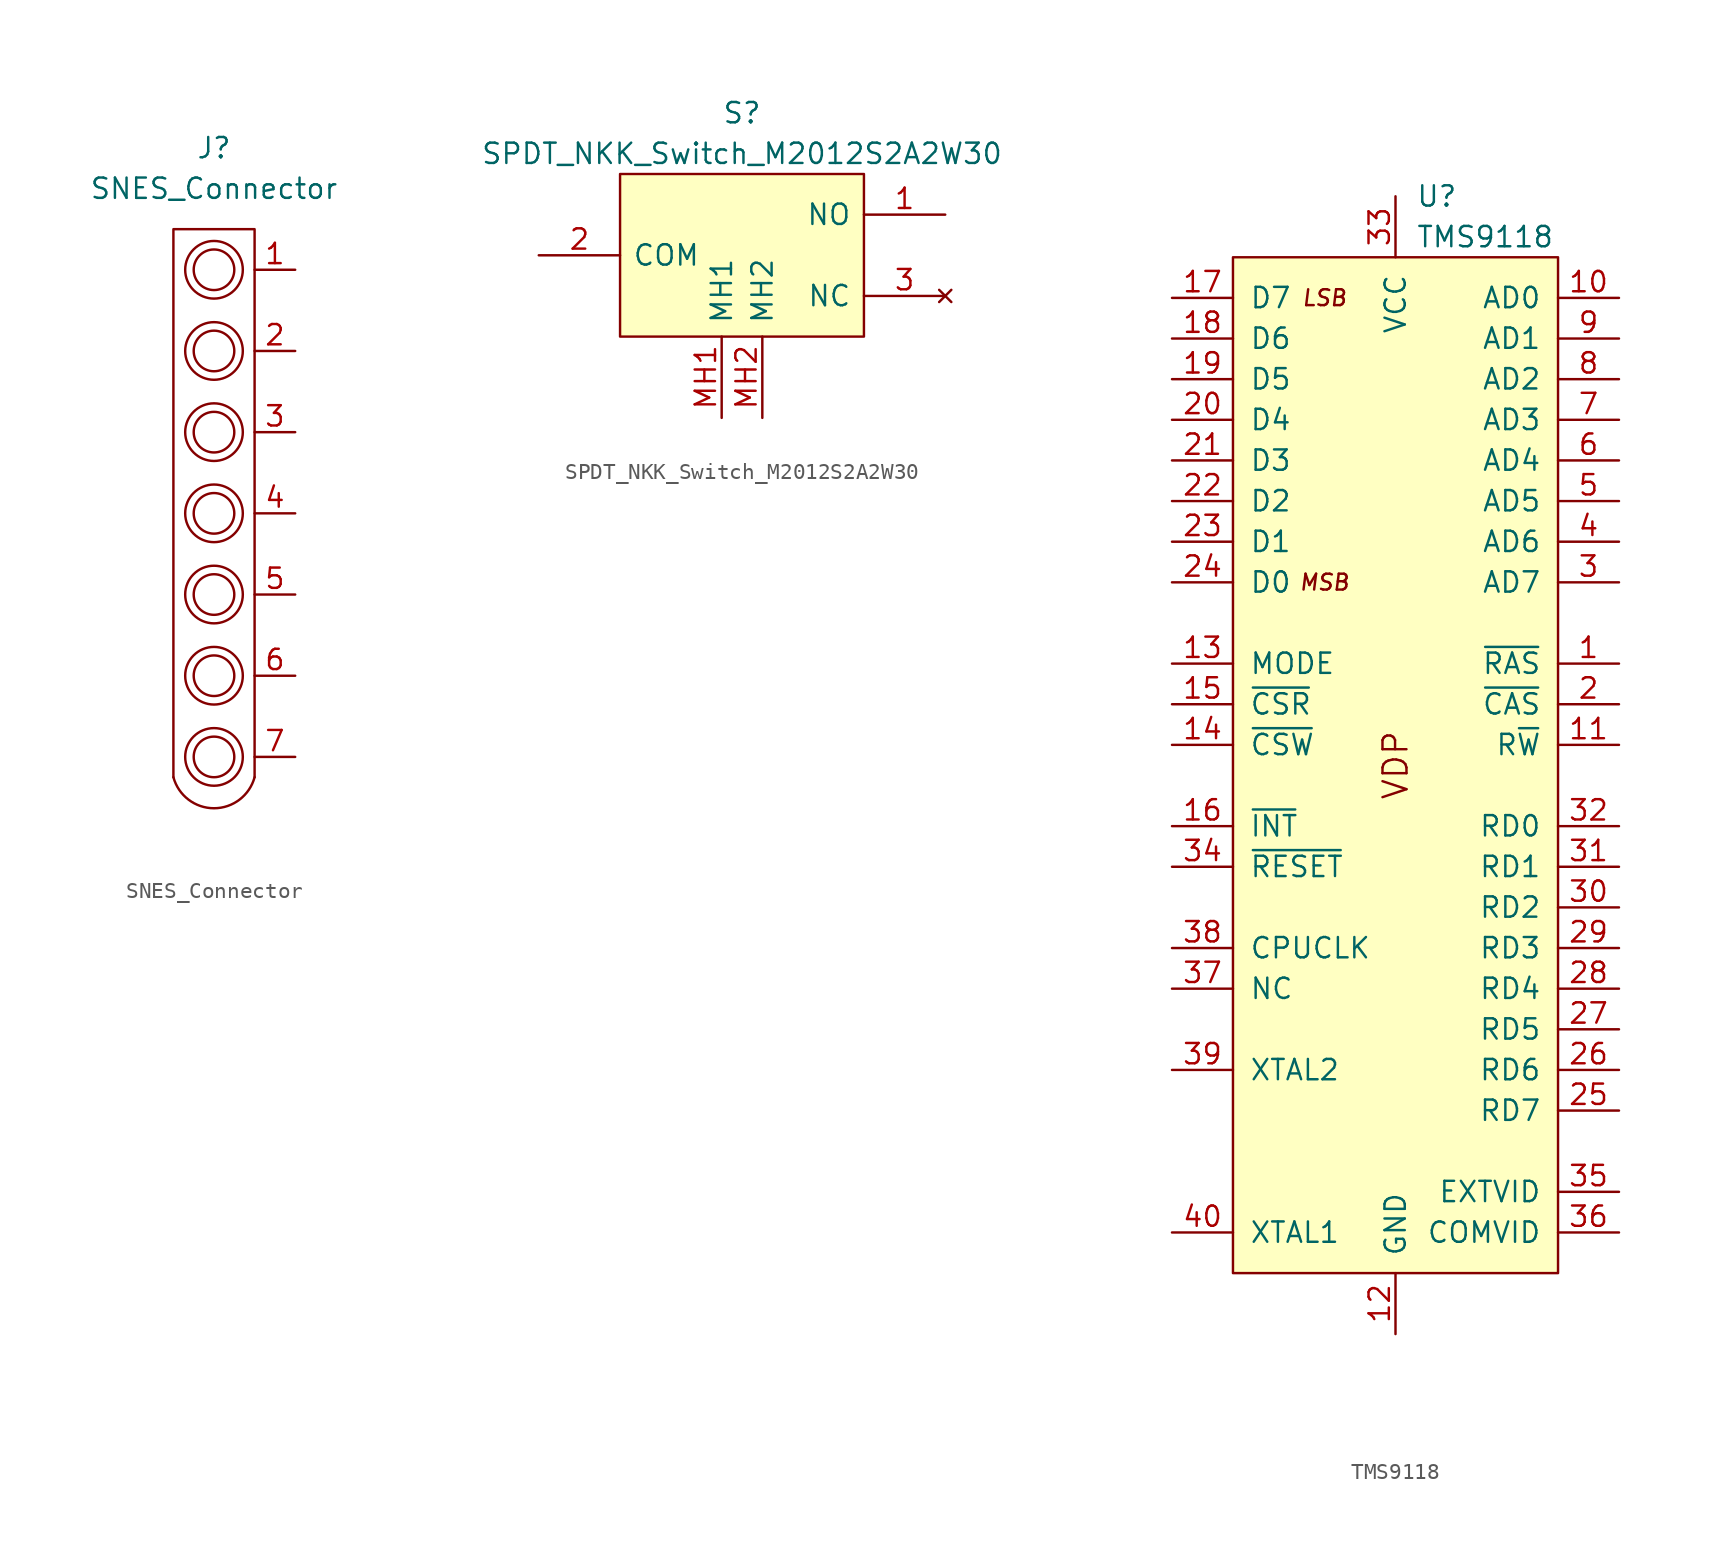
<source format=kicad_sym>
(kicad_symbol_lib
  (version 20220914)
  (generator kicad_symbol_editor)
  (symbol "SNES_Connector"
    (pin_names
      (offset 1.016))
    (property "Reference" "J"
      (at 2.54 2.54 0)
      (effects (font (size 1.27 1.27))))
    (property "Value" "SNES_Connector"
      (at 2.54 0 0)
      (effects (font (size 1.27 1.27))))
    (symbol "SNES_Connector_0_1"
      (arc (start 0 -36.83) (mid 2.54 -38.7719) (end 5.08 -36.83) (stroke (width 0) (type default)) (fill (type none)))
      (polyline (pts (xy 0 -36.83) (xy 0 -2.54) (xy 5.08 -2.54) (xy 5.08 -36.83)) (stroke (width 0) (type default)) (fill (type none)))
      (circle (center 2.54 -35.56) (radius 1.27) (stroke (width 0) (type default)) (fill (type none)))
      (circle (center 2.54 -35.56) (radius 1.803) (stroke (width 0) (type default)) (fill (type none)))
      (circle (center 2.54 -30.48) (radius 1.27) (stroke (width 0) (type default)) (fill (type none)))
      (circle (center 2.54 -30.48) (radius 1.803) (stroke (width 0) (type default)) (fill (type none)))
      (circle (center 2.54 -25.4) (radius 1.27) (stroke (width 0) (type default)) (fill (type none)))
      (circle (center 2.54 -25.4) (radius 1.803) (stroke (width 0) (type default)) (fill (type none)))
      (circle (center 2.54 -20.32) (radius 1.27) (stroke (width 0) (type default)) (fill (type none)))
      (circle (center 2.54 -20.32) (radius 1.803) (stroke (width 0) (type default)) (fill (type none)))
      (circle (center 2.54 -15.24) (radius 1.27) (stroke (width 0) (type default)) (fill (type none)))
      (circle (center 2.54 -15.24) (radius 1.803) (stroke (width 0) (type default)) (fill (type none)))
      (circle (center 2.54 -10.16) (radius 1.27) (stroke (width 0) (type default)) (fill (type none)))
      (circle (center 2.54 -10.16) (radius 1.803) (stroke (width 0) (type default)) (fill (type none)))
      (circle (center 2.54 -5.08) (radius 1.27) (stroke (width 0) (type default)) (fill (type none)))
      (circle (center 2.54 -5.08) (radius 1.803) (stroke (width 0) (type default)) (fill (type none))))
    (symbol "SNES_Connector_1_1"
      (pin passive line (at 7.62 -5.08 180) (length 2.54) (name "~" (effects (font (size 1.27 1.27)))) (number "1" (effects (font (size 1.27 1.27)))))
      (pin passive line (at 7.62 -10.16 180) (length 2.54) (name "~" (effects (font (size 1.27 1.27)))) (number "2" (effects (font (size 1.27 1.27)))))
      (pin passive line (at 7.62 -15.24 180) (length 2.54) (name "~" (effects (font (size 1.27 1.27)))) (number "3" (effects (font (size 1.27 1.27)))))
      (pin passive line (at 7.62 -20.32 180) (length 2.54) (name "~" (effects (font (size 1.27 1.27)))) (number "4" (effects (font (size 1.27 1.27)))))
      (pin passive line (at 7.62 -25.4 180) (length 2.54) (name "~" (effects (font (size 1.27 1.27)))) (number "5" (effects (font (size 1.27 1.27)))))
      (pin passive line (at 7.62 -30.48 180) (length 2.54) (name "~" (effects (font (size 1.27 1.27)))) (number "6" (effects (font (size 1.27 1.27)))))
      (pin passive line (at 7.62 -35.56 180) (length 2.54) (name "~" (effects (font (size 1.27 1.27)))) (number "7" (effects (font (size 1.27 1.27)))))))
  (symbol "SPDT_NKK_Switch_M2012S2A2W30"
    (pin_names
      (offset 0.762))
    (property "Reference" "S"
      (at 12.7 6.35 0)
      (effects (font (size 1.27 1.27))))
    (property "Value" "SPDT_NKK_Switch_M2012S2A2W30"
      (at 12.7 3.81 0)
      (effects (font (size 1.27 1.27))))
    (symbol "SPDT_NKK_Switch_M2012S2A2W30_0_0"
      (pin passive line (at 25.4 0 180) (length 5.08) (name "NO" (effects (font (size 1.27 1.27)))) (number "1" (effects (font (size 1.27 1.27)))))
      (pin passive line (at 0 -2.54 0) (length 5.08) (name "COM" (effects (font (size 1.27 1.27)))) (number "2" (effects (font (size 1.27 1.27)))))
      (pin no_connect line (at 25.4 -5.08 180) (length 5.08) (name "NC" (effects (font (size 1.27 1.27)))) (number "3" (effects (font (size 1.27 1.27)))))
      (pin passive line (at 11.43 -12.7 90) (length 5.08) (name "MH1" (effects (font (size 1.27 1.27)))) (number "MH1" (effects (font (size 1.27 1.27)))))
      (pin passive line (at 13.97 -12.7 90) (length 5.08) (name "MH2" (effects (font (size 1.27 1.27)))) (number "MH2" (effects (font (size 1.27 1.27))))))
    (symbol "SPDT_NKK_Switch_M2012S2A2W30_0_1"
      (polyline (pts (xy 5.08 2.54) (xy 20.32 2.54) (xy 20.32 -7.62) (xy 5.08 -7.62) (xy 5.08 2.54)) (stroke (width 0.152) (type default)) (fill (type background)))))
  (symbol "TMS9118"
    (pin_names
      (offset 1.016))
    (property "Reference" "U"
      (at 1.27 3.81 0)
      (effects (font (size 1.27 1.27)) (justify left)))
    (property "Value" "TMS9118"
      (at 1.27 1.27 0)
      (effects (font (size 1.27 1.27)) (justify left)))
    (symbol "TMS9118_0_0"
      (text "MSB" (at -4.445 -20.32 0) (effects (font (size 0.991 0.991) italic)))
      (text "VDP" (at 0 -31.75 900) (effects (font (size 1.499 1.499)))))
    (symbol "TMS9118_0_1"
      (rectangle (start -10.16 0) (end 10.16 -63.5) (stroke (width 0) (type default)) (fill (type background))))
    (symbol "TMS9118_1_1"
      (text "LSB" (at -4.445 -2.54 0) (effects (font (size 0.991 0.991) italic)))
      (pin output line (at 13.97 -25.4 180) (length 3.81) (name "~{RAS}" (effects (font (size 1.27 1.27)))) (number "1" (effects (font (size 1.27 1.27)))))
      (pin output line (at 13.97 -2.54 180) (length 3.81) (name "AD0" (effects (font (size 1.27 1.27)))) (number "10" (effects (font (size 1.27 1.27)))))
      (pin output line (at 13.97 -30.48 180) (length 3.81) (name "R~{W}" (effects (font (size 1.27 1.27)))) (number "11" (effects (font (size 1.27 1.27)))))
      (pin power_in line (at 0 -67.31 90) (length 3.81) (name "GND" (effects (font (size 1.27 1.27)))) (number "12" (effects (font (size 1.27 1.27)))))
      (pin input line (at -13.97 -25.4 0) (length 3.81) (name "MODE" (effects (font (size 1.27 1.27)))) (number "13" (effects (font (size 1.27 1.27)))))
      (pin input line (at -13.97 -30.48 0) (length 3.81) (name "~{CSW}" (effects (font (size 1.27 1.27)))) (number "14" (effects (font (size 1.27 1.27)))))
      (pin input line (at -13.97 -27.94 0) (length 3.81) (name "~{CSR}" (effects (font (size 1.27 1.27)))) (number "15" (effects (font (size 1.27 1.27)))))
      (pin output line (at -13.97 -35.56 0) (length 3.81) (name "~{INT}" (effects (font (size 1.27 1.27)))) (number "16" (effects (font (size 1.27 1.27)))))
      (pin bidirectional line (at -13.97 -2.54 0) (length 3.81) (name "D7" (effects (font (size 1.27 1.27)))) (number "17" (effects (font (size 1.27 1.27)))))
      (pin bidirectional line (at -13.97 -5.08 0) (length 3.81) (name "D6" (effects (font (size 1.27 1.27)))) (number "18" (effects (font (size 1.27 1.27)))))
      (pin bidirectional line (at -13.97 -7.62 0) (length 3.81) (name "D5" (effects (font (size 1.27 1.27)))) (number "19" (effects (font (size 1.27 1.27)))))
      (pin output line (at 13.97 -27.94 180) (length 3.81) (name "~{CAS}" (effects (font (size 1.27 1.27)))) (number "2" (effects (font (size 1.27 1.27)))))
      (pin bidirectional line (at -13.97 -10.16 0) (length 3.81) (name "D4" (effects (font (size 1.27 1.27)))) (number "20" (effects (font (size 1.27 1.27)))))
      (pin bidirectional line (at -13.97 -12.7 0) (length 3.81) (name "D3" (effects (font (size 1.27 1.27)))) (number "21" (effects (font (size 1.27 1.27)))))
      (pin bidirectional line (at -13.97 -15.24 0) (length 3.81) (name "D2" (effects (font (size 1.27 1.27)))) (number "22" (effects (font (size 1.27 1.27)))))
      (pin bidirectional line (at -13.97 -17.78 0) (length 3.81) (name "D1" (effects (font (size 1.27 1.27)))) (number "23" (effects (font (size 1.27 1.27)))))
      (pin bidirectional line (at -13.97 -20.32 0) (length 3.81) (name "D0" (effects (font (size 1.27 1.27)))) (number "24" (effects (font (size 1.27 1.27)))))
      (pin input line (at 13.97 -53.34 180) (length 3.81) (name "RD7" (effects (font (size 1.27 1.27)))) (number "25" (effects (font (size 1.27 1.27)))))
      (pin input line (at 13.97 -50.8 180) (length 3.81) (name "RD6" (effects (font (size 1.27 1.27)))) (number "26" (effects (font (size 1.27 1.27)))))
      (pin input line (at 13.97 -48.26 180) (length 3.81) (name "RD5" (effects (font (size 1.27 1.27)))) (number "27" (effects (font (size 1.27 1.27)))))
      (pin input line (at 13.97 -45.72 180) (length 3.81) (name "RD4" (effects (font (size 1.27 1.27)))) (number "28" (effects (font (size 1.27 1.27)))))
      (pin input line (at 13.97 -43.18 180) (length 3.81) (name "RD3" (effects (font (size 1.27 1.27)))) (number "29" (effects (font (size 1.27 1.27)))))
      (pin output line (at 13.97 -20.32 180) (length 3.81) (name "AD7" (effects (font (size 1.27 1.27)))) (number "3" (effects (font (size 1.27 1.27)))))
      (pin input line (at 13.97 -40.64 180) (length 3.81) (name "RD2" (effects (font (size 1.27 1.27)))) (number "30" (effects (font (size 1.27 1.27)))))
      (pin input line (at 13.97 -38.1 180) (length 3.81) (name "RD1" (effects (font (size 1.27 1.27)))) (number "31" (effects (font (size 1.27 1.27)))))
      (pin input line (at 13.97 -35.56 180) (length 3.81) (name "RD0" (effects (font (size 1.27 1.27)))) (number "32" (effects (font (size 1.27 1.27)))))
      (pin power_in line (at 0 3.81 270) (length 3.81) (name "VCC" (effects (font (size 1.27 1.27)))) (number "33" (effects (font (size 1.27 1.27)))))
      (pin input line (at -13.97 -38.1 0) (length 3.81) (name "~{RESET}" (effects (font (size 1.27 1.27)))) (number "34" (effects (font (size 1.27 1.27)))))
      (pin input line (at 13.97 -58.42 180) (length 3.81) (name "EXTVID" (effects (font (size 1.27 1.27)))) (number "35" (effects (font (size 1.27 1.27)))))
      (pin output line (at 13.97 -60.96 180) (length 3.81) (name "COMVID" (effects (font (size 1.27 1.27)))) (number "36" (effects (font (size 1.27 1.27)))))
      (pin output line (at -13.97 -45.72 0) (length 3.81) (name "NC" (effects (font (size 1.27 1.27)))) (number "37" (effects (font (size 1.27 1.27)))))
      (pin output line (at -13.97 -43.18 0) (length 3.81) (name "CPUCLK" (effects (font (size 1.27 1.27)))) (number "38" (effects (font (size 1.27 1.27)))))
      (pin input line (at -13.97 -50.8 0) (length 3.81) (name "XTAL2" (effects (font (size 1.27 1.27)))) (number "39" (effects (font (size 1.27 1.27)))))
      (pin output line (at 13.97 -17.78 180) (length 3.81) (name "AD6" (effects (font (size 1.27 1.27)))) (number "4" (effects (font (size 1.27 1.27)))))
      (pin input line (at -13.97 -60.96 0) (length 3.81) (name "XTAL1" (effects (font (size 1.27 1.27)))) (number "40" (effects (font (size 1.27 1.27)))))
      (pin output line (at 13.97 -15.24 180) (length 3.81) (name "AD5" (effects (font (size 1.27 1.27)))) (number "5" (effects (font (size 1.27 1.27)))))
      (pin output line (at 13.97 -12.7 180) (length 3.81) (name "AD4" (effects (font (size 1.27 1.27)))) (number "6" (effects (font (size 1.27 1.27)))))
      (pin output line (at 13.97 -10.16 180) (length 3.81) (name "AD3" (effects (font (size 1.27 1.27)))) (number "7" (effects (font (size 1.27 1.27)))))
      (pin output line (at 13.97 -7.62 180) (length 3.81) (name "AD2" (effects (font (size 1.27 1.27)))) (number "8" (effects (font (size 1.27 1.27)))))
      (pin output line (at 13.97 -5.08 180) (length 3.81) (name "AD1" (effects (font (size 1.27 1.27)))) (number "9" (effects (font (size 1.27 1.27))))))))
</source>
